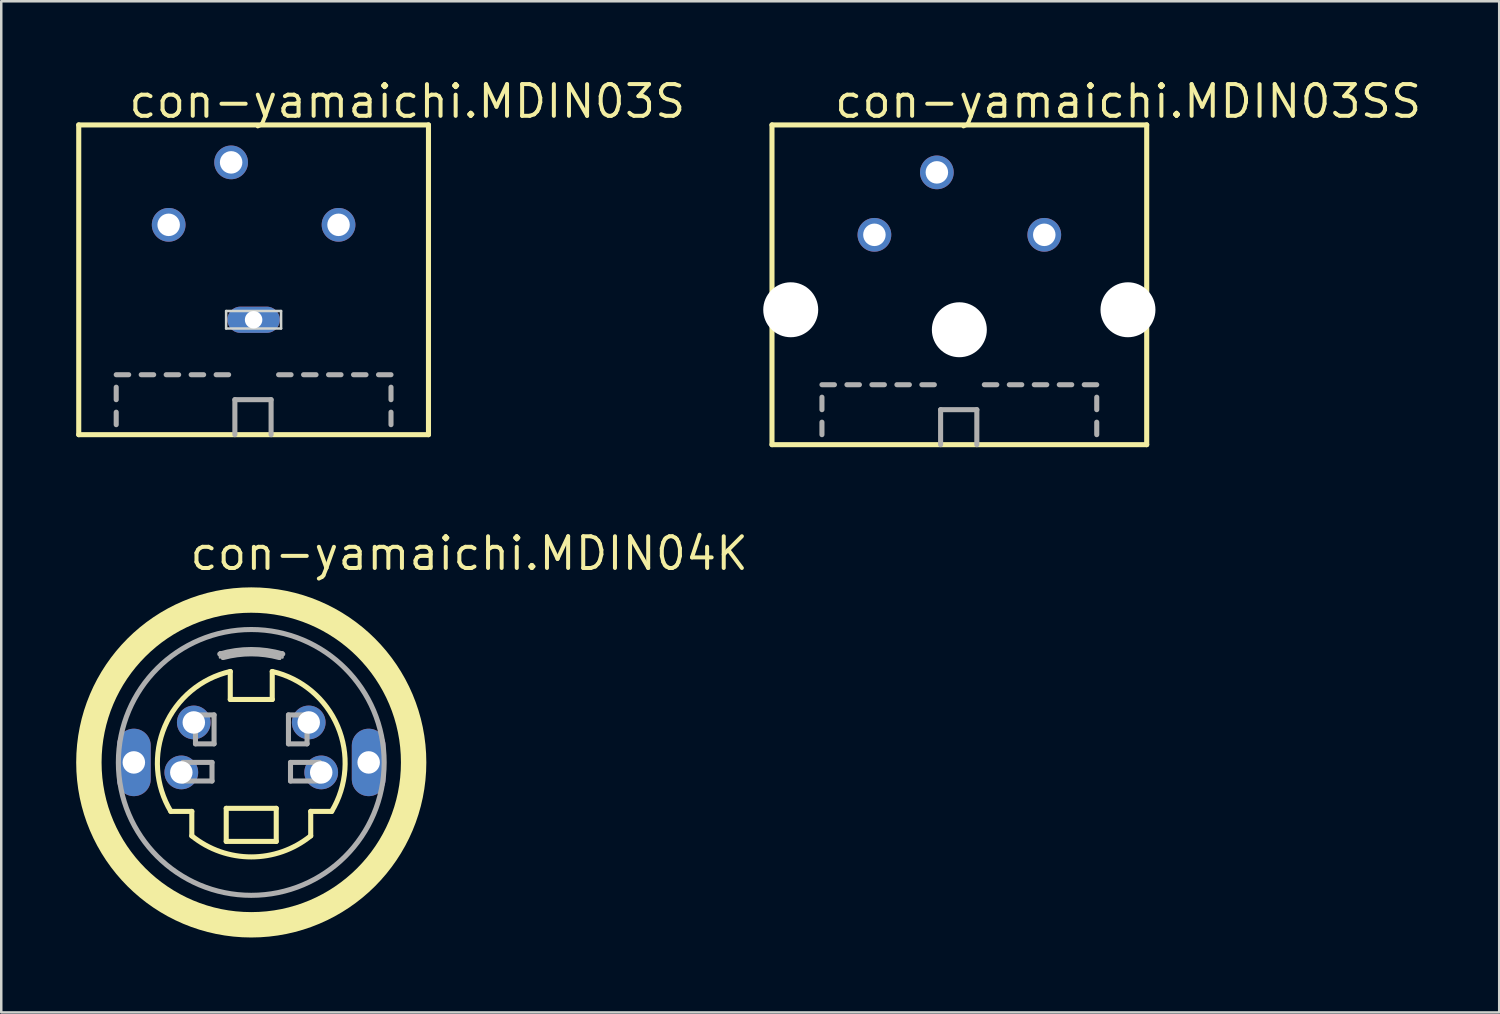
<source format=kicad_pcb>
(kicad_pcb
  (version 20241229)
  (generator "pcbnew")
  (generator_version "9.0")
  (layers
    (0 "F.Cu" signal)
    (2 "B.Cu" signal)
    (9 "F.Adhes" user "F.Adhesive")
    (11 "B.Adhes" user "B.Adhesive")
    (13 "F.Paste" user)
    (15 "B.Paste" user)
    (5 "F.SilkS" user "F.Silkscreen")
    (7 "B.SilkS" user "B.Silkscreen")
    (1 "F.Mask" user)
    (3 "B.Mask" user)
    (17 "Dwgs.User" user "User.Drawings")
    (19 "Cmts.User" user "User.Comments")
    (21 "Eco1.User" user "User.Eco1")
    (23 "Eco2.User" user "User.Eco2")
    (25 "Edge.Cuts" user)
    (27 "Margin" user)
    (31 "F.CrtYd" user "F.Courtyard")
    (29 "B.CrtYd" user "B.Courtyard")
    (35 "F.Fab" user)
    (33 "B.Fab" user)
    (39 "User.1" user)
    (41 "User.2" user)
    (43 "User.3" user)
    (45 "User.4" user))
  (footprint "con-yamaichi.MDIN03SS"
    (layer "F.Cu")
    (at 35.353 14.85)
    (property "Reference" "con-yamaichi.MDIN03SS" (at -5.08 -13.1 0) (layer "F.SilkS") (effects (font (size 1.27 1.27) (thickness 0.16)) (justify left bottom)))
    (attr through_hole)
    (fp_line (start -7.5 -12.9) (end -7.5 -0.1) (stroke (width 0.203) (type default)) (layer "F.SilkS"))
    (fp_line (start -7.5 -0.1) (end 7.5 -0.1) (stroke (width 0.203) (type default)) (layer "F.SilkS"))
    (fp_line (start 7.5 -12.9) (end -7.5 -12.9) (stroke (width 0.203) (type default)) (layer "F.SilkS"))
    (fp_line (start 7.5 -0.1) (end 7.5 -12.9) (stroke (width 0.203) (type default)) (layer "F.SilkS"))
    (fp_line (start -5.5 -2.5) (end -5 -2.5) (stroke (width 0.203) (type default)) (layer "F.Fab"))
    (fp_line (start -5.5 -1.5) (end -5.5 -2) (stroke (width 0.203) (type default)) (layer "F.Fab"))
    (fp_line (start -5.5 -0.5) (end -5.5 -1) (stroke (width 0.203) (type default)) (layer "F.Fab"))
    (fp_line (start -4.5 -2.5) (end -4 -2.5) (stroke (width 0.203) (type default)) (layer "F.Fab"))
    (fp_line (start -3.5 -2.5) (end -3 -2.5) (stroke (width 0.203) (type default)) (layer "F.Fab"))
    (fp_line (start -2.5 -2.5) (end -2 -2.5) (stroke (width 0.203) (type default)) (layer "F.Fab"))
    (fp_line (start -1.5 -2.5) (end -1 -2.5) (stroke (width 0.203) (type default)) (layer "F.Fab"))
    (fp_line (start -0.75 -1.5) (end 0.7 -1.5) (stroke (width 0.203) (type default)) (layer "F.Fab"))
    (fp_line (start -0.75 -0.1) (end -0.75 -1.5) (stroke (width 0.203) (type default)) (layer "F.Fab"))
    (fp_line (start 0.7 -1.5) (end 0.7 -0.1) (stroke (width 0.203) (type default)) (layer "F.Fab"))
    (fp_line (start 1 -2.5) (end 1.5 -2.5) (stroke (width 0.203) (type default)) (layer "F.Fab"))
    (fp_line (start 2 -2.5) (end 2.5 -2.5) (stroke (width 0.203) (type default)) (layer "F.Fab"))
    (fp_line (start 3 -2.5) (end 3.5 -2.5) (stroke (width 0.203) (type default)) (layer "F.Fab"))
    (fp_line (start 4 -2.5) (end 4.5 -2.5) (stroke (width 0.203) (type default)) (layer "F.Fab"))
    (fp_line (start 5 -2.5) (end 5.5 -2.5) (stroke (width 0.203) (type default)) (layer "F.Fab"))
    (fp_line (start 5.5 -1.5) (end 5.5 -2) (stroke (width 0.203) (type default)) (layer "F.Fab"))
    (fp_line (start 5.5 -0.5) (end 5.5 -1) (stroke (width 0.203) (type default)) (layer "F.Fab"))
    (pad "" np_thru_hole circle (at -6.75 -5.5) (size 2.2 2.2) (drill 2.2) (layers "*.Cu" "*.Mask"))
    (pad "" np_thru_hole circle (at 0 -4.7) (size 2.2 2.2) (drill 2.2) (layers "*.Cu" "*.Mask"))
    (pad "" np_thru_hole circle (at 6.75 -5.5) (size 2.2 2.2) (drill 2.2) (layers "*.Cu" "*.Mask"))
    (pad "1" thru_hole circle (at 3.4 -8.5) (size 1.35 1.35) (drill 0.9) (layers "*.Cu" "*.Mask"))
    (pad "2" thru_hole circle (at -3.4 -8.5) (size 1.35 1.35) (drill 0.9) (layers "*.Cu" "*.Mask"))
    (pad "3" thru_hole circle (at -0.9 -11) (size 1.35 1.35) (drill 0.9) (layers "*.Cu" "*.Mask")))
  (footprint "con-yamaichi.MDIN03S"
    (layer "F.Cu")
    (at 7.102 14.45)
    (property "Reference" "con-yamaichi.MDIN03S" (at -5.08 -12.7 0) (layer "F.SilkS") (effects (font (size 1.27 1.27) (thickness 0.16)) (justify left bottom)))
    (attr through_hole)
    (fp_line (start -7 -12.5) (end -7 -0.1) (stroke (width 0.203) (type default)) (layer "F.SilkS"))
    (fp_line (start -7 -0.1) (end 7 -0.1) (stroke (width 0.203) (type default)) (layer "F.SilkS"))
    (fp_line (start 7 -12.5) (end -7 -12.5) (stroke (width 0.203) (type default)) (layer "F.SilkS"))
    (fp_line (start 7 -0.1) (end 7 -12.5) (stroke (width 0.203) (type default)) (layer "F.SilkS"))
    (fp_line (start -1.1 -4.35) (end -1.1 -5.05) (stroke (width 0.1) (type default)) (layer "Edge.Cuts"))
    (fp_line (start 1.1 -5.05) (end -1.1 -5.05) (stroke (width 0.1) (type default)) (layer "Edge.Cuts"))
    (fp_line (start 1.1 -4.35) (end -1.1 -4.35) (stroke (width 0.1) (type default)) (layer "Edge.Cuts"))
    (fp_line (start 1.1 -4.35) (end 1.1 -5.05) (stroke (width 0.1) (type default)) (layer "Edge.Cuts"))
    (fp_line (start -5.5 -2.5) (end -5 -2.5) (stroke (width 0.203) (type default)) (layer "F.Fab"))
    (fp_line (start -5.5 -1.5) (end -5.5 -2) (stroke (width 0.203) (type default)) (layer "F.Fab"))
    (fp_line (start -5.5 -0.5) (end -5.5 -1) (stroke (width 0.203) (type default)) (layer "F.Fab"))
    (fp_line (start -4.5 -2.5) (end -4 -2.5) (stroke (width 0.203) (type default)) (layer "F.Fab"))
    (fp_line (start -3.5 -2.5) (end -3 -2.5) (stroke (width 0.203) (type default)) (layer "F.Fab"))
    (fp_line (start -2.5 -2.5) (end -2 -2.5) (stroke (width 0.203) (type default)) (layer "F.Fab"))
    (fp_line (start -1.5 -2.5) (end -1 -2.5) (stroke (width 0.203) (type default)) (layer "F.Fab"))
    (fp_line (start -0.75 -1.5) (end 0.7 -1.5) (stroke (width 0.203) (type default)) (layer "F.Fab"))
    (fp_line (start -0.75 -0.1) (end -0.75 -1.5) (stroke (width 0.203) (type default)) (layer "F.Fab"))
    (fp_line (start 0.7 -1.5) (end 0.7 -0.1) (stroke (width 0.203) (type default)) (layer "F.Fab"))
    (fp_line (start 1 -2.5) (end 1.5 -2.5) (stroke (width 0.203) (type default)) (layer "F.Fab"))
    (fp_line (start 2 -2.5) (end 2.5 -2.5) (stroke (width 0.203) (type default)) (layer "F.Fab"))
    (fp_line (start 3 -2.5) (end 3.5 -2.5) (stroke (width 0.203) (type default)) (layer "F.Fab"))
    (fp_line (start 4 -2.5) (end 4.5 -2.5) (stroke (width 0.203) (type default)) (layer "F.Fab"))
    (fp_line (start 5 -2.5) (end 5.5 -2.5) (stroke (width 0.203) (type default)) (layer "F.Fab"))
    (fp_line (start 5.5 -1.5) (end 5.5 -2) (stroke (width 0.203) (type default)) (layer "F.Fab"))
    (fp_line (start 5.5 -0.5) (end 5.5 -1) (stroke (width 0.203) (type default)) (layer "F.Fab"))
    (pad "1" thru_hole circle (at 3.4 -8.5) (size 1.35 1.35) (drill 0.9) (layers "*.Cu" "*.Mask"))
    (pad "2" thru_hole circle (at -3.4 -8.5) (size 1.35 1.35) (drill 0.9) (layers "*.Cu" "*.Mask"))
    (pad "3" thru_hole circle (at -0.9 -11) (size 1.35 1.35) (drill 0.9) (layers "*.Cu" "*.Mask"))
    (pad "M" thru_hole oval (at 0 -4.7) (size 2.1 1.05) (drill 0.7) (layers "*.Cu" "*.Mask")))
  (footprint "con-yamaichi.MDIN04K"
    (layer "F.Cu")
    (at 7.008 27.47)
    (property "Reference" "con-yamaichi.MDIN04K" (at -2.54 -7.62 0) (layer "F.SilkS") (effects (font (size 1.27 1.27) (thickness 0.16)) (justify left bottom)))
    (attr through_hole)
    (fp_line (start -3.22 1.96) (end -2.38 1.96) (stroke (width 0.203) (type default)) (layer "F.SilkS"))
    (fp_line (start -2.38 1.96) (end -2.38 2.94) (stroke (width 0.203) (type default)) (layer "F.SilkS"))
    (fp_line (start -1.002 1.838) (end 1 1.838) (stroke (width 0.203) (type default)) (layer "F.SilkS"))
    (fp_line (start -1.002 3.162) (end -1.002 1.838) (stroke (width 0.203) (type default)) (layer "F.SilkS"))
    (fp_line (start -0.84 -2.52) (end -0.84 -3.64) (stroke (width 0.203) (type default)) (layer "F.SilkS"))
    (fp_line (start 0.84 -3.64) (end 0.84 -2.52) (stroke (width 0.203) (type default)) (layer "F.SilkS"))
    (fp_line (start 0.84 -2.52) (end -0.84 -2.52) (stroke (width 0.203) (type default)) (layer "F.SilkS"))
    (fp_line (start 1 1.838) (end 1 3.162) (stroke (width 0.203) (type default)) (layer "F.SilkS"))
    (fp_line (start 1 3.162) (end -1.002 3.162) (stroke (width 0.203) (type default)) (layer "F.SilkS"))
    (fp_line (start 2.38 1.96) (end 2.38 2.94) (stroke (width 0.203) (type default)) (layer "F.SilkS"))
    (fp_line (start 3.22 1.96) (end 2.38 1.96) (stroke (width 0.203) (type default)) (layer "F.SilkS"))
    (fp_arc (start -3.22 1.96) (mid -3.458453 -1.447093) (end -0.84 -3.64) (stroke (width 0.2032) (type default)) (layer "F.SilkS"))
    (fp_arc (start 0.84 -3.64) (mid 3.458453 -1.447093) (end 3.22 1.96) (stroke (width 0.2032) (type default)) (layer "F.SilkS"))
    (fp_arc (start 2.38 2.94) (mid 0 3.782592) (end -2.38 2.94) (stroke (width 0.2032) (type default)) (layer "F.SilkS"))
    (fp_circle (center 0 0) (end 6.5 0) (stroke (width 1.016) (type default)) (fill no) (layer "F.SilkS"))
    (fp_line (start -2.729 0) (end -1.571 0) (stroke (width 0.203) (type default)) (layer "F.Fab"))
    (fp_line (start -2.729 0.744) (end -2.729 0) (stroke (width 0.203) (type default)) (layer "F.Fab"))
    (fp_line (start -2.233 -1.902) (end -1.489 -1.902) (stroke (width 0.203) (type default)) (layer "F.Fab"))
    (fp_line (start -2.233 -0.744) (end -2.233 -1.902) (stroke (width 0.203) (type default)) (layer "F.Fab"))
    (fp_line (start -1.571 0) (end -1.571 0.744) (stroke (width 0.203) (type default)) (layer "F.Fab"))
    (fp_line (start -1.571 0.744) (end -2.729 0.744) (stroke (width 0.203) (type default)) (layer "F.Fab"))
    (fp_line (start -1.489 -1.902) (end -1.489 -0.744) (stroke (width 0.203) (type default)) (layer "F.Fab"))
    (fp_line (start -1.489 -0.744) (end -2.233 -0.744) (stroke (width 0.203) (type default)) (layer "F.Fab"))
    (fp_line (start -1.25 -4.4) (end -1.25 -4.2) (stroke (width 0.102) (type default)) (layer "F.Fab"))
    (fp_line (start -1.15 -4.4) (end -1.25 -4.4) (stroke (width 0.102) (type default)) (layer "F.Fab"))
    (fp_line (start -1.15 -4.15) (end -1.15 -4.4) (stroke (width 0.102) (type default)) (layer "F.Fab"))
    (fp_line (start 1.15 -4.4) (end 1.25 -4.4) (stroke (width 0.102) (type default)) (layer "F.Fab"))
    (fp_line (start 1.15 -4.15) (end 1.15 -4.4) (stroke (width 0.102) (type default)) (layer "F.Fab"))
    (fp_line (start 1.25 -4.4) (end 1.25 -4.2) (stroke (width 0.102) (type default)) (layer "F.Fab"))
    (fp_line (start 1.489 -1.902) (end 2.233 -1.902) (stroke (width 0.203) (type default)) (layer "F.Fab"))
    (fp_line (start 1.489 -0.744) (end 1.489 -1.902) (stroke (width 0.203) (type default)) (layer "F.Fab"))
    (fp_line (start 1.571 0) (end 2.729 0) (stroke (width 0.203) (type default)) (layer "F.Fab"))
    (fp_line (start 1.571 0.744) (end 1.571 0) (stroke (width 0.203) (type default)) (layer "F.Fab"))
    (fp_line (start 2.233 -1.902) (end 2.233 -0.744) (stroke (width 0.203) (type default)) (layer "F.Fab"))
    (fp_line (start 2.233 -0.744) (end 1.489 -0.744) (stroke (width 0.203) (type default)) (layer "F.Fab"))
    (fp_line (start 2.729 0) (end 2.729 0.744) (stroke (width 0.203) (type default)) (layer "F.Fab"))
    (fp_line (start 2.729 0.744) (end 1.571 0.744) (stroke (width 0.203) (type default)) (layer "F.Fab"))
    (fp_arc (start -1.26 -4.34) (mid 0 -4.519203) (end 1.26 -4.34) (stroke (width 0.2032) (type default)) (layer "F.Fab"))
    (fp_arc (start -1.12 -4.2) (mid 0 -4.346769) (end 1.12 -4.2) (stroke (width 0.2032) (type default)) (layer "F.Fab"))
    (fp_circle (center 0 0) (end 5.32 0) (stroke (width 0.203) (type default)) (fill no) (layer "F.Fab"))
    (pad "1" thru_hole circle (at 2.8 0.4) (size 1.35 1.35) (drill 0.9) (layers "*.Cu" "*.Mask"))
    (pad "2" thru_hole circle (at -2.8 0.4) (size 1.35 1.35) (drill 0.9) (layers "*.Cu" "*.Mask"))
    (pad "3" thru_hole circle (at 2.3 -1.6) (size 1.35 1.35) (drill 0.9) (layers "*.Cu" "*.Mask"))
    (pad "4" thru_hole circle (at -2.3 -1.6) (size 1.35 1.35) (drill 0.9) (layers "*.Cu" "*.Mask"))
    (pad "M1" thru_hole oval (at -4.7 0 90) (size 2.7 1.35) (drill 0.9) (layers "*.Cu" "*.Mask"))
    (pad "M2" thru_hole oval (at 4.7 0 90) (size 2.7 1.35) (drill 0.9) (layers "*.Cu" "*.Mask")))
  (gr_rect
    (start -3 -3)
    (end 56.964 37.478)
    (stroke (width 0.1) (type default))
    (fill no)
    (layer "Edge.Cuts")))
</source>
